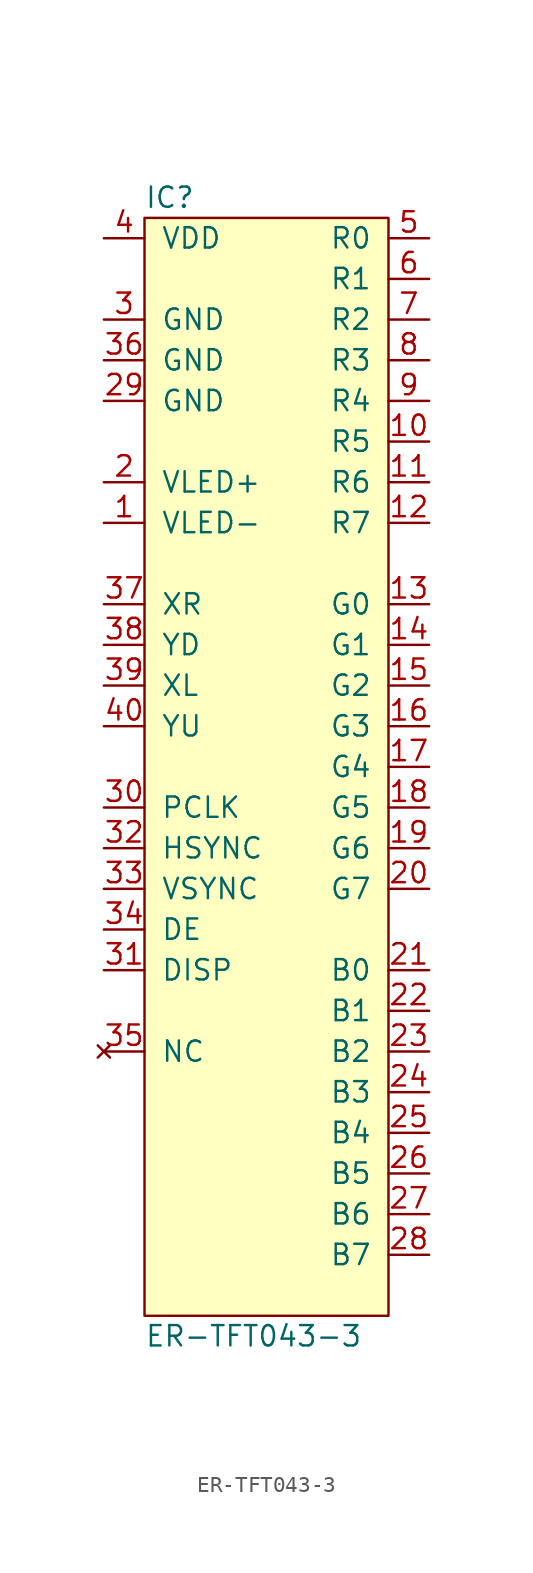
<source format=kicad_sym>
(kicad_symbol_lib
  (version 20211014)
  (generator agg_kicad.build_lib_ic)
  (symbol "ER-TFT043-3"
    (pin_names
      (offset 1.016))
    (property Reference IC
      (at -7.62 35.56 0)
      (effects (font (size 1.27 1.27)) (justify left)))
    (property Value "ER-TFT043-3"
      (at -7.62 -35.56 0)
      (effects (font (size 1.27 1.27)) (justify left)))
    (symbol "ER-TFT043-3_0_0"
      (rectangle (start -7.62 34.29) (end 7.62 -34.29) (stroke (width 0) (type default) (color 0 0 0 0)) (fill (type background)))
      (pin power_in line (at -10.16 33.02 0) (length 2.54) (name VDD (effects (font (size 1.27 1.27)))) (number "4" (effects (font (size 1.27 1.27)))))
      (pin power_in line (at -10.16 27.94 0) (length 2.54) (name GND (effects (font (size 1.27 1.27)))) (number "3" (effects (font (size 1.27 1.27)))))
      (pin input line (at -10.16 25.4 0) (length 2.54) (name GND (effects (font (size 1.27 1.27)))) (number "36" (effects (font (size 1.27 1.27)))))
      (pin power_in line (at -10.16 22.86 0) (length 2.54) (name GND (effects (font (size 1.27 1.27)))) (number "29" (effects (font (size 1.27 1.27)))))
      (pin power_in line (at -10.16 17.78 0) (length 2.54) (name "VLED+" (effects (font (size 1.27 1.27)))) (number "2" (effects (font (size 1.27 1.27)))))
      (pin power_in line (at -10.16 15.24 0) (length 2.54) (name "VLED-" (effects (font (size 1.27 1.27)))) (number "1" (effects (font (size 1.27 1.27)))))
      (pin passive line (at -10.16 10.16 0) (length 2.54) (name XR (effects (font (size 1.27 1.27)))) (number "37" (effects (font (size 1.27 1.27)))))
      (pin passive line (at -10.16 7.62 0) (length 2.54) (name YD (effects (font (size 1.27 1.27)))) (number "38" (effects (font (size 1.27 1.27)))))
      (pin passive line (at -10.16 5.08 0) (length 2.54) (name XL (effects (font (size 1.27 1.27)))) (number "39" (effects (font (size 1.27 1.27)))))
      (pin passive line (at -10.16 2.54 0) (length 2.54) (name YU (effects (font (size 1.27 1.27)))) (number "40" (effects (font (size 1.27 1.27)))))
      (pin input line (at -10.16 -2.54 0) (length 2.54) (name PCLK (effects (font (size 1.27 1.27)))) (number "30" (effects (font (size 1.27 1.27)))))
      (pin input line (at -10.16 -5.08 0) (length 2.54) (name HSYNC (effects (font (size 1.27 1.27)))) (number "32" (effects (font (size 1.27 1.27)))))
      (pin input line (at -10.16 -7.62 0) (length 2.54) (name VSYNC (effects (font (size 1.27 1.27)))) (number "33" (effects (font (size 1.27 1.27)))))
      (pin input line (at -10.16 -10.16 0) (length 2.54) (name DE (effects (font (size 1.27 1.27)))) (number "34" (effects (font (size 1.27 1.27)))))
      (pin input line (at -10.16 -12.7 0) (length 2.54) (name DISP (effects (font (size 1.27 1.27)))) (number "31" (effects (font (size 1.27 1.27)))))
      (pin no_connect line (at -10.16 -17.78 0) (length 2.54) (name NC (effects (font (size 1.27 1.27)))) (number "35" (effects (font (size 1.27 1.27)))))
      (pin input line (at 10.16 33.02 180) (length 2.54) (name "R0" (effects (font (size 1.27 1.27)))) (number "5" (effects (font (size 1.27 1.27)))))
      (pin input line (at 10.16 30.48 180) (length 2.54) (name "R1" (effects (font (size 1.27 1.27)))) (number "6" (effects (font (size 1.27 1.27)))))
      (pin input line (at 10.16 27.94 180) (length 2.54) (name "R2" (effects (font (size 1.27 1.27)))) (number "7" (effects (font (size 1.27 1.27)))))
      (pin input line (at 10.16 25.4 180) (length 2.54) (name "R3" (effects (font (size 1.27 1.27)))) (number "8" (effects (font (size 1.27 1.27)))))
      (pin input line (at 10.16 22.86 180) (length 2.54) (name "R4" (effects (font (size 1.27 1.27)))) (number "9" (effects (font (size 1.27 1.27)))))
      (pin input line (at 10.16 20.32 180) (length 2.54) (name "R5" (effects (font (size 1.27 1.27)))) (number "10" (effects (font (size 1.27 1.27)))))
      (pin input line (at 10.16 17.78 180) (length 2.54) (name "R6" (effects (font (size 1.27 1.27)))) (number "11" (effects (font (size 1.27 1.27)))))
      (pin input line (at 10.16 15.24 180) (length 2.54) (name "R7" (effects (font (size 1.27 1.27)))) (number "12" (effects (font (size 1.27 1.27)))))
      (pin input line (at 10.16 10.16 180) (length 2.54) (name "G0" (effects (font (size 1.27 1.27)))) (number "13" (effects (font (size 1.27 1.27)))))
      (pin input line (at 10.16 7.62 180) (length 2.54) (name "G1" (effects (font (size 1.27 1.27)))) (number "14" (effects (font (size 1.27 1.27)))))
      (pin input line (at 10.16 5.08 180) (length 2.54) (name "G2" (effects (font (size 1.27 1.27)))) (number "15" (effects (font (size 1.27 1.27)))))
      (pin input line (at 10.16 2.54 180) (length 2.54) (name "G3" (effects (font (size 1.27 1.27)))) (number "16" (effects (font (size 1.27 1.27)))))
      (pin input line (at 10.16 0 180) (length 2.54) (name "G4" (effects (font (size 1.27 1.27)))) (number "17" (effects (font (size 1.27 1.27)))))
      (pin input line (at 10.16 -2.54 180) (length 2.54) (name "G5" (effects (font (size 1.27 1.27)))) (number "18" (effects (font (size 1.27 1.27)))))
      (pin input line (at 10.16 -5.08 180) (length 2.54) (name "G6" (effects (font (size 1.27 1.27)))) (number "19" (effects (font (size 1.27 1.27)))))
      (pin input line (at 10.16 -7.62 180) (length 2.54) (name "G7" (effects (font (size 1.27 1.27)))) (number "20" (effects (font (size 1.27 1.27)))))
      (pin input line (at 10.16 -12.7 180) (length 2.54) (name "B0" (effects (font (size 1.27 1.27)))) (number "21" (effects (font (size 1.27 1.27)))))
      (pin input line (at 10.16 -15.24 180) (length 2.54) (name "B1" (effects (font (size 1.27 1.27)))) (number "22" (effects (font (size 1.27 1.27)))))
      (pin input line (at 10.16 -17.78 180) (length 2.54) (name "B2" (effects (font (size 1.27 1.27)))) (number "23" (effects (font (size 1.27 1.27)))))
      (pin input line (at 10.16 -20.32 180) (length 2.54) (name "B3" (effects (font (size 1.27 1.27)))) (number "24" (effects (font (size 1.27 1.27)))))
      (pin input line (at 10.16 -22.86 180) (length 2.54) (name "B4" (effects (font (size 1.27 1.27)))) (number "25" (effects (font (size 1.27 1.27)))))
      (pin input line (at 10.16 -25.4 180) (length 2.54) (name "B5" (effects (font (size 1.27 1.27)))) (number "26" (effects (font (size 1.27 1.27)))))
      (pin input line (at 10.16 -27.94 180) (length 2.54) (name "B6" (effects (font (size 1.27 1.27)))) (number "27" (effects (font (size 1.27 1.27)))))
      (pin input line (at 10.16 -30.48 180) (length 2.54) (name "B7" (effects (font (size 1.27 1.27)))) (number "28" (effects (font (size 1.27 1.27))))))))
</source>
